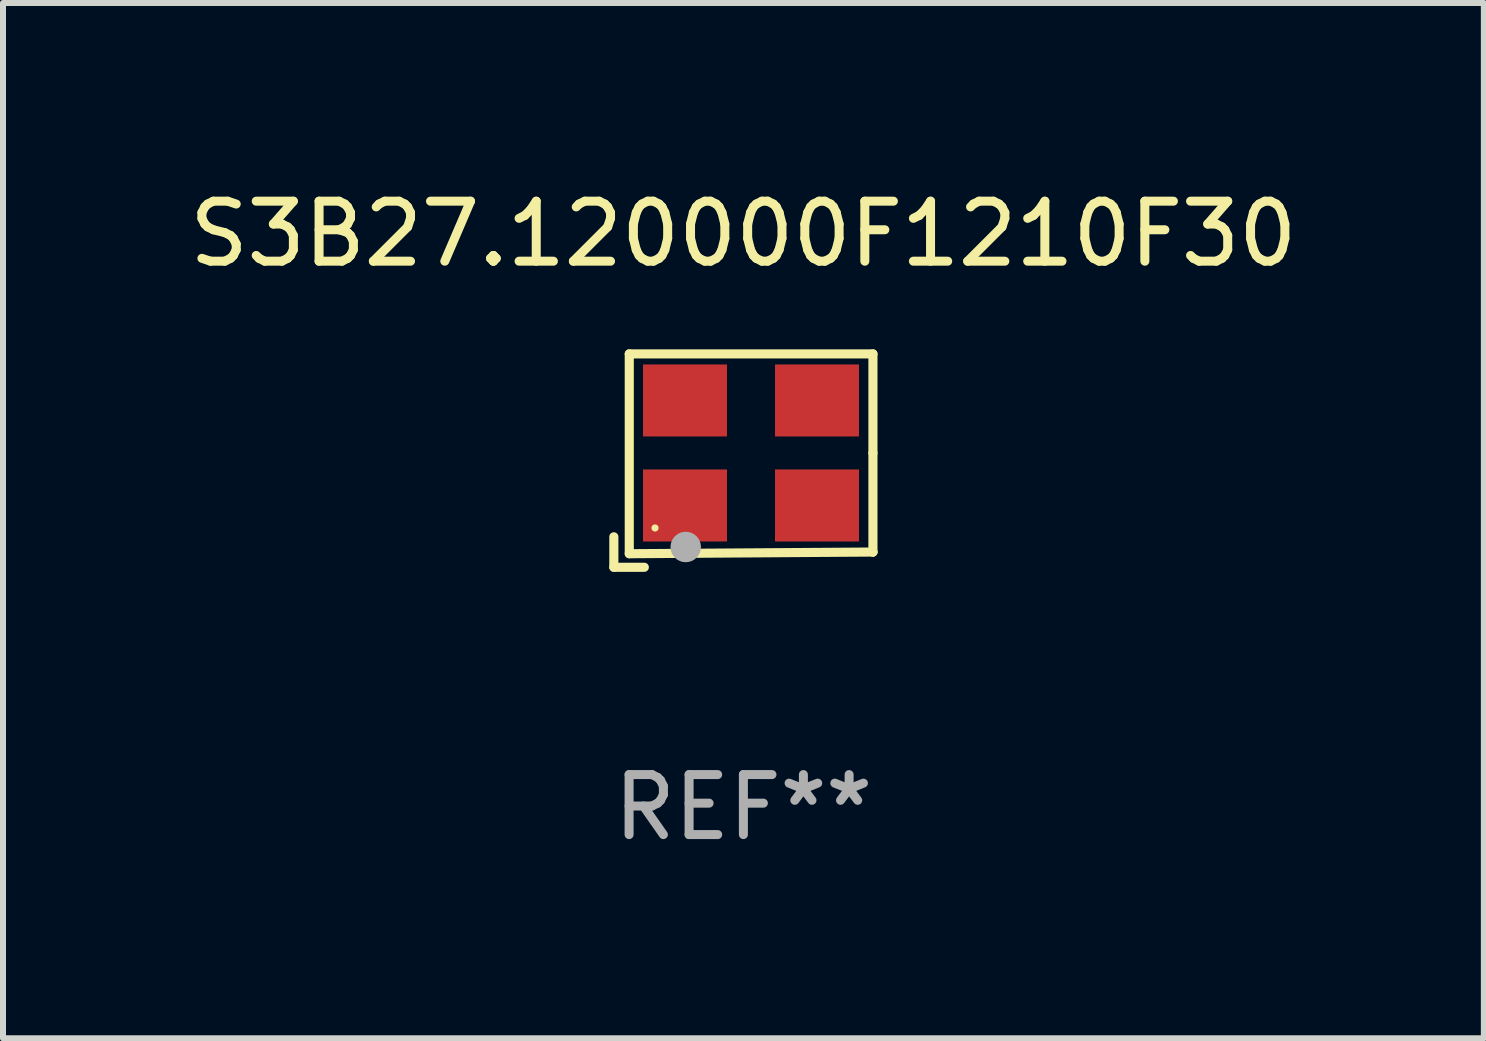
<source format=kicad_pcb>
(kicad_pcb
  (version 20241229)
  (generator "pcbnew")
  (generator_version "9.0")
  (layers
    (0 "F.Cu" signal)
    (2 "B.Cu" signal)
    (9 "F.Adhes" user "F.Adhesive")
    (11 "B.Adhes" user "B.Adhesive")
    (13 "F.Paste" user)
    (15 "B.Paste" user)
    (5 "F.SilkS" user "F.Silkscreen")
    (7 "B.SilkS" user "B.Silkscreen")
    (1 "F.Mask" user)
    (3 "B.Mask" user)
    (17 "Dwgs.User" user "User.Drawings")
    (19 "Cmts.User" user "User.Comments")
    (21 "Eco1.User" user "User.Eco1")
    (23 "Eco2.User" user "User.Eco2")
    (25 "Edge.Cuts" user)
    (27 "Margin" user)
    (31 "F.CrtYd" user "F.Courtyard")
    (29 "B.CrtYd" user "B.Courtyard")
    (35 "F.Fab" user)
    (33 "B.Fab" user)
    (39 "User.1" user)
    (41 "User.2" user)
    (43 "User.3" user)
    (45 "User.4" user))
  (footprint "S3B27.120000F1210F30"
    (layer "F.Cu")
    (at 9.339 4.626)
    (property "Reference" "S3B27.120000F1210F30" (at 0 -3.778 0) (layer "F.SilkS") (effects (font (size 1 1) (thickness 0.15))))
    (attr through_hole)
    (fp_line (start -2.159 1.27) (end -2.159 1.778) (stroke (width 0.152) (type solid)) (layer "F.SilkS"))
    (fp_line (start -2.159 1.778) (end -1.651 1.778) (stroke (width 0.152) (type solid)) (layer "F.SilkS"))
    (fp_line (start -1.902 -1.778) (end 2.159 -1.778) (stroke (width 0.152) (type solid)) (layer "F.SilkS"))
    (fp_line (start -1.902 1.552) (end -1.902 -1.778) (stroke (width 0.152) (type solid)) (layer "F.SilkS"))
    (fp_line (start 2.159 -1.778) (end 2.159 -0.127) (stroke (width 0.152) (type solid)) (layer "F.SilkS"))
    (fp_line (start 2.159 -0.127) (end 2.159 1.524) (stroke (width 0.152) (type solid)) (layer "F.SilkS"))
    (fp_line (start 2.159 1.524) (end -1.902 1.552) (stroke (width 0.152) (type solid)) (layer "F.SilkS"))
    (fp_line (start 2.159 1.524) (end 2.159 1.524) (stroke (width 0.152) (type solid)) (layer "F.SilkS"))
    (fp_circle (center -1.473 1.123) (end -1.443 1.123) (stroke (width 0.06) (type solid)) (fill no) (layer "F.SilkS"))
    (fp_circle (center -0.961 1.44) (end -0.834 1.44) (stroke (width 0.254) (type solid)) (fill no) (layer "F.Fab"))
    (fp_text user "REF**" (at 0 5.778 0) (layer "F.Fab") (effects (font (size 1 1) (thickness 0.15))))
    (pad "1" smd rect (at -0.973 0.748) (size 1.4 1.2) (layers "F.Cu" "F.Mask" "F.Paste"))
    (pad "2" smd rect (at 1.227 0.748) (size 1.4 1.2) (layers "F.Cu" "F.Mask" "F.Paste"))
    (pad "3" smd rect (at 1.227 -1.002) (size 1.4 1.2) (layers "F.Cu" "F.Mask" "F.Paste"))
    (pad "4" smd rect (at -0.973 -1.002) (size 1.4 1.2) (layers "F.Cu" "F.Mask" "F.Paste")))
  (gr_rect
    (start -3 -3)
    (end 21.679 14.253)
    (stroke (width 0.1) (type default))
    (fill no)
    (layer "Edge.Cuts")))
</source>
